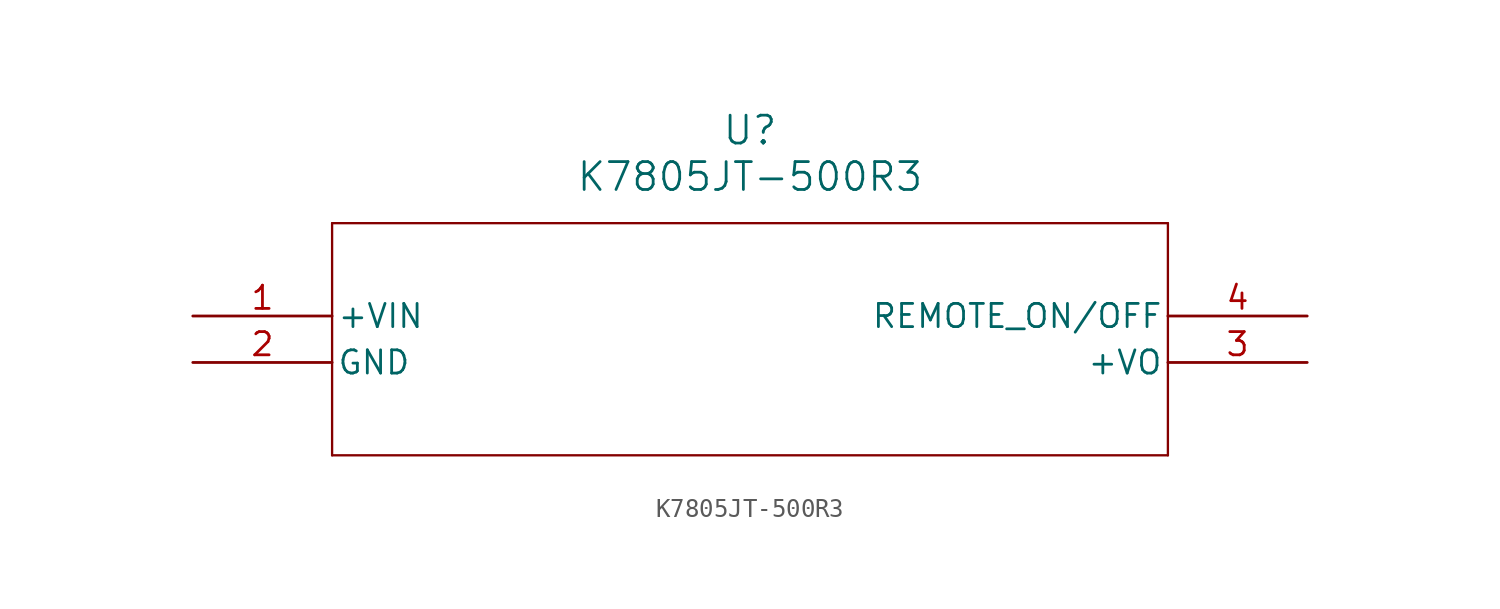
<source format=kicad_sym>
(kicad_symbol_lib
  (version 20211014)
  (generator kicad_symbol_editor)
  (symbol "K7805JT-500R3"
    (pin_names
      (offset 0.254))
    (property "Reference" "U"
      (at 30.48 10.16 0)
      (effects (font (size 1.524 1.524))))
    (property "Value" "K7805JT-500R3"
      (at 30.48 7.62 0)
      (effects (font (size 1.524 1.524))))
    (symbol "K7805JT-500R3_0_1"
      (polyline (pts (xy 7.62 5.08) (xy 7.62 -7.62)) (stroke (width 0.127) (type default) (color 0 0 0 0)) (fill (type none)))
      (polyline (pts (xy 7.62 -7.62) (xy 53.34 -7.62)) (stroke (width 0.127) (type default) (color 0 0 0 0)) (fill (type none)))
      (polyline (pts (xy 53.34 -7.62) (xy 53.34 5.08)) (stroke (width 0.127) (type default) (color 0 0 0 0)) (fill (type none)))
      (polyline (pts (xy 53.34 5.08) (xy 7.62 5.08)) (stroke (width 0.127) (type default) (color 0 0 0 0)) (fill (type none)))
      (pin power_in line (at 0 0 0) (length 7.62) (name "+VIN" (effects (font (size 1.27 1.27)))) (number "1" (effects (font (size 1.27 1.27)))))
      (pin power_out line (at 0 -2.54 0) (length 7.62) (name "GND" (effects (font (size 1.27 1.27)))) (number "2" (effects (font (size 1.27 1.27)))))
      (pin power_in line (at 60.96 -2.54 180) (length 7.62) (name "+VO" (effects (font (size 1.27 1.27)))) (number "3" (effects (font (size 1.27 1.27)))))
      (pin unspecified line (at 60.96 0 180) (length 7.62) (name "REMOTE_ON/OFF" (effects (font (size 1.27 1.27)))) (number "4" (effects (font (size 1.27 1.27))))))))
</source>
